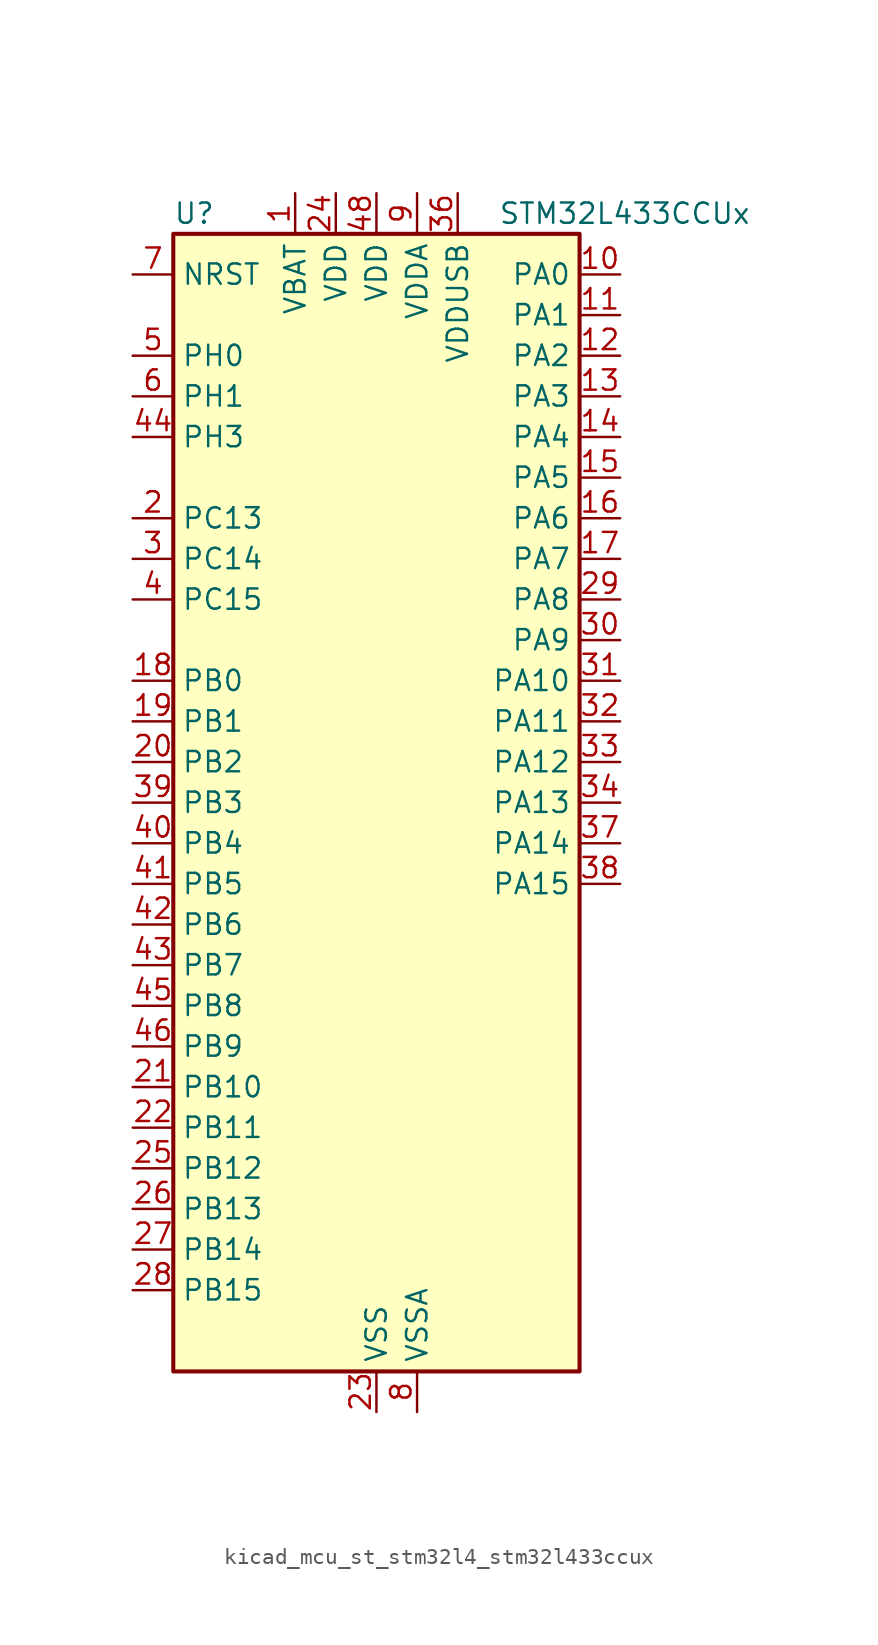
<source format=kicad_sym>
(kicad_symbol_lib
  (version 20220914)
  (generator kicad_symbol_editor)
  (symbol "kicad_mcu_st_stm32l4_stm32l433ccux"
    (property "Reference" "U"
      (at -12.7 36.83 0)
      (effects (font (size 1.27 1.27)) (justify left)))
    (property "Value" "STM32L433CCUx"
      (at 7.62 36.83 0)
      (effects (font (size 1.27 1.27)) (justify left)))
    (property "ki_locked" ""
      (at 0 0 0)
      (effects (font (size 1.27 1.27))))
    (symbol "kicad_mcu_st_stm32l4_stm32l433ccux_0_1"
      (rectangle (start -12.7 -35.56) (end 12.7 35.56) (stroke (width 0.254) (type default)) (fill (type background))))
    (symbol "kicad_mcu_st_stm32l4_stm32l433ccux_1_1"
      (pin power_in line (at -5.08 38.1 270) (length 2.54) (name "VBAT" (effects (font (size 1.27 1.27)))) (number "1" (effects (font (size 1.27 1.27)))))
      (pin bidirectional line (at 15.24 33.02 180) (length 2.54) (name "PA0" (effects (font (size 1.27 1.27)))) (number "10" (effects (font (size 1.27 1.27)))) (alternate "ADC1_IN5" bidirectional line) (alternate "COMP1_INM" bidirectional line) (alternate "COMP1_OUT" bidirectional line) (alternate "OPAMP1_VINP" bidirectional line) (alternate "RTC_TAMP2" bidirectional line) (alternate "SAI1_EXTCLK" bidirectional line) (alternate "SYS_WKUP1" bidirectional line) (alternate "TIM2_CH1" bidirectional line) (alternate "TIM2_ETR" bidirectional line) (alternate "USART2_CTS" bidirectional line))
      (pin bidirectional line (at 15.24 30.48 180) (length 2.54) (name "PA1" (effects (font (size 1.27 1.27)))) (number "11" (effects (font (size 1.27 1.27)))) (alternate "ADC1_IN6" bidirectional line) (alternate "COMP1_INP" bidirectional line) (alternate "I2C1_SMBA" bidirectional line) (alternate "LCD_SEG0" bidirectional line) (alternate "OPAMP1_VINM" bidirectional line) (alternate "SPI1_SCK" bidirectional line) (alternate "TIM15_CH1N" bidirectional line) (alternate "TIM2_CH2" bidirectional line) (alternate "USART2_DE" bidirectional line) (alternate "USART2_RTS" bidirectional line))
      (pin bidirectional line (at 15.24 27.94 180) (length 2.54) (name "PA2" (effects (font (size 1.27 1.27)))) (number "12" (effects (font (size 1.27 1.27)))) (alternate "ADC1_IN7" bidirectional line) (alternate "COMP2_INM" bidirectional line) (alternate "COMP2_OUT" bidirectional line) (alternate "LCD_SEG1" bidirectional line) (alternate "LPUART1_TX" bidirectional line) (alternate "QUADSPI_BK1_NCS" bidirectional line) (alternate "RCC_LSCO" bidirectional line) (alternate "SYS_WKUP4" bidirectional line) (alternate "TIM15_CH1" bidirectional line) (alternate "TIM2_CH3" bidirectional line) (alternate "USART2_TX" bidirectional line))
      (pin bidirectional line (at 15.24 25.4 180) (length 2.54) (name "PA3" (effects (font (size 1.27 1.27)))) (number "13" (effects (font (size 1.27 1.27)))) (alternate "ADC1_IN8" bidirectional line) (alternate "COMP2_INP" bidirectional line) (alternate "LCD_SEG2" bidirectional line) (alternate "LPUART1_RX" bidirectional line) (alternate "OPAMP1_VOUT" bidirectional line) (alternate "QUADSPI_CLK" bidirectional line) (alternate "SAI1_MCLK_A" bidirectional line) (alternate "TIM15_CH2" bidirectional line) (alternate "TIM2_CH4" bidirectional line) (alternate "USART2_RX" bidirectional line))
      (pin bidirectional line (at 15.24 22.86 180) (length 2.54) (name "PA4" (effects (font (size 1.27 1.27)))) (number "14" (effects (font (size 1.27 1.27)))) (alternate "ADC1_IN9" bidirectional line) (alternate "COMP1_INM" bidirectional line) (alternate "COMP2_INM" bidirectional line) (alternate "DAC1_OUT1" bidirectional line) (alternate "LPTIM2_OUT" bidirectional line) (alternate "SAI1_FS_B" bidirectional line) (alternate "SPI1_NSS" bidirectional line) (alternate "SPI3_NSS" bidirectional line) (alternate "USART2_CK" bidirectional line))
      (pin bidirectional line (at 15.24 20.32 180) (length 2.54) (name "PA5" (effects (font (size 1.27 1.27)))) (number "15" (effects (font (size 1.27 1.27)))) (alternate "ADC1_IN10" bidirectional line) (alternate "COMP1_INM" bidirectional line) (alternate "COMP2_INM" bidirectional line) (alternate "DAC1_OUT2" bidirectional line) (alternate "LPTIM2_ETR" bidirectional line) (alternate "SPI1_SCK" bidirectional line) (alternate "TIM2_CH1" bidirectional line) (alternate "TIM2_ETR" bidirectional line))
      (pin bidirectional line (at 15.24 17.78 180) (length 2.54) (name "PA6" (effects (font (size 1.27 1.27)))) (number "16" (effects (font (size 1.27 1.27)))) (alternate "ADC1_IN11" bidirectional line) (alternate "COMP1_OUT" bidirectional line) (alternate "LCD_SEG3" bidirectional line) (alternate "LPUART1_CTS" bidirectional line) (alternate "QUADSPI_BK1_IO3" bidirectional line) (alternate "SPI1_MISO" bidirectional line) (alternate "TIM16_CH1" bidirectional line) (alternate "TIM1_BKIN" bidirectional line) (alternate "TIM1_BKIN_COMP2" bidirectional line) (alternate "USART3_CTS" bidirectional line))
      (pin bidirectional line (at 15.24 15.24 180) (length 2.54) (name "PA7" (effects (font (size 1.27 1.27)))) (number "17" (effects (font (size 1.27 1.27)))) (alternate "ADC1_IN12" bidirectional line) (alternate "COMP2_OUT" bidirectional line) (alternate "I2C3_SCL" bidirectional line) (alternate "LCD_SEG4" bidirectional line) (alternate "QUADSPI_BK1_IO2" bidirectional line) (alternate "SPI1_MOSI" bidirectional line) (alternate "TIM1_CH1N" bidirectional line))
      (pin bidirectional line (at -15.24 7.62 0) (length 2.54) (name "PB0" (effects (font (size 1.27 1.27)))) (number "18" (effects (font (size 1.27 1.27)))) (alternate "ADC1_IN15" bidirectional line) (alternate "COMP1_OUT" bidirectional line) (alternate "LCD_SEG5" bidirectional line) (alternate "QUADSPI_BK1_IO1" bidirectional line) (alternate "SAI1_EXTCLK" bidirectional line) (alternate "SPI1_NSS" bidirectional line) (alternate "TIM1_CH2N" bidirectional line) (alternate "USART3_CK" bidirectional line))
      (pin bidirectional line (at -15.24 5.08 0) (length 2.54) (name "PB1" (effects (font (size 1.27 1.27)))) (number "19" (effects (font (size 1.27 1.27)))) (alternate "ADC1_IN16" bidirectional line) (alternate "COMP1_INM" bidirectional line) (alternate "LCD_SEG6" bidirectional line) (alternate "LPTIM2_IN1" bidirectional line) (alternate "LPUART1_DE" bidirectional line) (alternate "LPUART1_RTS" bidirectional line) (alternate "QUADSPI_BK1_IO0" bidirectional line) (alternate "TIM1_CH3N" bidirectional line) (alternate "USART3_DE" bidirectional line) (alternate "USART3_RTS" bidirectional line))
      (pin bidirectional line (at -15.24 17.78 0) (length 2.54) (name "PC13" (effects (font (size 1.27 1.27)))) (number "2" (effects (font (size 1.27 1.27)))) (alternate "RTC_OUT_ALARM" bidirectional line) (alternate "RTC_OUT_CALIB" bidirectional line) (alternate "RTC_TAMP1" bidirectional line) (alternate "RTC_TS" bidirectional line) (alternate "SYS_WKUP2" bidirectional line))
      (pin bidirectional line (at -15.24 2.54 0) (length 2.54) (name "PB2" (effects (font (size 1.27 1.27)))) (number "20" (effects (font (size 1.27 1.27)))) (alternate "COMP1_INP" bidirectional line) (alternate "I2C3_SMBA" bidirectional line) (alternate "LCD_VLCD" bidirectional line) (alternate "LPTIM1_OUT" bidirectional line) (alternate "RTC_OUT_ALARM" bidirectional line) (alternate "RTC_OUT_CALIB" bidirectional line))
      (pin bidirectional line (at -15.24 -17.78 0) (length 2.54) (name "PB10" (effects (font (size 1.27 1.27)))) (number "21" (effects (font (size 1.27 1.27)))) (alternate "COMP1_OUT" bidirectional line) (alternate "I2C2_SCL" bidirectional line) (alternate "LCD_SEG10" bidirectional line) (alternate "LPUART1_RX" bidirectional line) (alternate "QUADSPI_CLK" bidirectional line) (alternate "SAI1_SCK_A" bidirectional line) (alternate "SPI2_SCK" bidirectional line) (alternate "TIM2_CH3" bidirectional line) (alternate "TSC_SYNC" bidirectional line) (alternate "USART3_TX" bidirectional line))
      (pin bidirectional line (at -15.24 -20.32 0) (length 2.54) (name "PB11" (effects (font (size 1.27 1.27)))) (number "22" (effects (font (size 1.27 1.27)))) (alternate "ADC1_EXTI11" bidirectional line) (alternate "COMP2_OUT" bidirectional line) (alternate "I2C2_SDA" bidirectional line) (alternate "LCD_SEG11" bidirectional line) (alternate "LPUART1_TX" bidirectional line) (alternate "QUADSPI_BK1_NCS" bidirectional line) (alternate "TIM2_CH4" bidirectional line) (alternate "USART3_RX" bidirectional line))
      (pin power_in line (at 0 -38.1 90) (length 2.54) (name "VSS" (effects (font (size 1.27 1.27)))) (number "23" (effects (font (size 1.27 1.27)))))
      (pin power_in line (at -2.54 38.1 270) (length 2.54) (name "VDD" (effects (font (size 1.27 1.27)))) (number "24" (effects (font (size 1.27 1.27)))))
      (pin bidirectional line (at -15.24 -22.86 0) (length 2.54) (name "PB12" (effects (font (size 1.27 1.27)))) (number "25" (effects (font (size 1.27 1.27)))) (alternate "I2C2_SMBA" bidirectional line) (alternate "LCD_SEG12" bidirectional line) (alternate "LPUART1_DE" bidirectional line) (alternate "LPUART1_RTS" bidirectional line) (alternate "SAI1_FS_A" bidirectional line) (alternate "SPI2_NSS" bidirectional line) (alternate "SWPMI1_IO" bidirectional line) (alternate "TIM15_BKIN" bidirectional line) (alternate "TIM1_BKIN" bidirectional line) (alternate "TIM1_BKIN_COMP2" bidirectional line) (alternate "TSC_G1_IO1" bidirectional line) (alternate "USART3_CK" bidirectional line))
      (pin bidirectional line (at -15.24 -25.4 0) (length 2.54) (name "PB13" (effects (font (size 1.27 1.27)))) (number "26" (effects (font (size 1.27 1.27)))) (alternate "I2C2_SCL" bidirectional line) (alternate "LCD_SEG13" bidirectional line) (alternate "LPUART1_CTS" bidirectional line) (alternate "SAI1_SCK_A" bidirectional line) (alternate "SPI2_SCK" bidirectional line) (alternate "SWPMI1_TX" bidirectional line) (alternate "TIM15_CH1N" bidirectional line) (alternate "TIM1_CH1N" bidirectional line) (alternate "TSC_G1_IO2" bidirectional line) (alternate "USART3_CTS" bidirectional line))
      (pin bidirectional line (at -15.24 -27.94 0) (length 2.54) (name "PB14" (effects (font (size 1.27 1.27)))) (number "27" (effects (font (size 1.27 1.27)))) (alternate "I2C2_SDA" bidirectional line) (alternate "LCD_SEG14" bidirectional line) (alternate "SAI1_MCLK_A" bidirectional line) (alternate "SPI2_MISO" bidirectional line) (alternate "SWPMI1_RX" bidirectional line) (alternate "TIM15_CH1" bidirectional line) (alternate "TIM1_CH2N" bidirectional line) (alternate "TSC_G1_IO3" bidirectional line) (alternate "USART3_DE" bidirectional line) (alternate "USART3_RTS" bidirectional line))
      (pin bidirectional line (at -15.24 -30.48 0) (length 2.54) (name "PB15" (effects (font (size 1.27 1.27)))) (number "28" (effects (font (size 1.27 1.27)))) (alternate "ADC1_EXTI15" bidirectional line) (alternate "LCD_SEG15" bidirectional line) (alternate "RTC_REFIN" bidirectional line) (alternate "SAI1_SD_A" bidirectional line) (alternate "SPI2_MOSI" bidirectional line) (alternate "SWPMI1_SUSPEND" bidirectional line) (alternate "TIM15_CH2" bidirectional line) (alternate "TIM1_CH3N" bidirectional line) (alternate "TSC_G1_IO4" bidirectional line))
      (pin bidirectional line (at 15.24 12.7 180) (length 2.54) (name "PA8" (effects (font (size 1.27 1.27)))) (number "29" (effects (font (size 1.27 1.27)))) (alternate "LCD_COM0" bidirectional line) (alternate "LPTIM2_OUT" bidirectional line) (alternate "RCC_MCO" bidirectional line) (alternate "SAI1_SCK_A" bidirectional line) (alternate "SWPMI1_IO" bidirectional line) (alternate "TIM1_CH1" bidirectional line) (alternate "USART1_CK" bidirectional line))
      (pin bidirectional line (at -15.24 15.24 0) (length 2.54) (name "PC14" (effects (font (size 1.27 1.27)))) (number "3" (effects (font (size 1.27 1.27)))) (alternate "RCC_OSC32_IN" bidirectional line))
      (pin bidirectional line (at 15.24 10.16 180) (length 2.54) (name "PA9" (effects (font (size 1.27 1.27)))) (number "30" (effects (font (size 1.27 1.27)))) (alternate "DAC1_EXTI9" bidirectional line) (alternate "I2C1_SCL" bidirectional line) (alternate "LCD_COM1" bidirectional line) (alternate "SAI1_FS_A" bidirectional line) (alternate "TIM15_BKIN" bidirectional line) (alternate "TIM1_CH2" bidirectional line) (alternate "USART1_TX" bidirectional line))
      (pin bidirectional line (at 15.24 7.62 180) (length 2.54) (name "PA10" (effects (font (size 1.27 1.27)))) (number "31" (effects (font (size 1.27 1.27)))) (alternate "CRS_SYNC" bidirectional line) (alternate "I2C1_SDA" bidirectional line) (alternate "LCD_COM2" bidirectional line) (alternate "SAI1_SD_A" bidirectional line) (alternate "TIM1_CH3" bidirectional line) (alternate "USART1_RX" bidirectional line))
      (pin bidirectional line (at 15.24 5.08 180) (length 2.54) (name "PA11" (effects (font (size 1.27 1.27)))) (number "32" (effects (font (size 1.27 1.27)))) (alternate "ADC1_EXTI11" bidirectional line) (alternate "CAN1_RX" bidirectional line) (alternate "COMP1_OUT" bidirectional line) (alternate "SPI1_MISO" bidirectional line) (alternate "TIM1_BKIN2" bidirectional line) (alternate "TIM1_BKIN2_COMP1" bidirectional line) (alternate "TIM1_CH4" bidirectional line) (alternate "USART1_CTS" bidirectional line) (alternate "USB_DM" bidirectional line))
      (pin bidirectional line (at 15.24 2.54 180) (length 2.54) (name "PA12" (effects (font (size 1.27 1.27)))) (number "33" (effects (font (size 1.27 1.27)))) (alternate "CAN1_TX" bidirectional line) (alternate "SPI1_MOSI" bidirectional line) (alternate "TIM1_ETR" bidirectional line) (alternate "USART1_DE" bidirectional line) (alternate "USART1_RTS" bidirectional line) (alternate "USB_DP" bidirectional line))
      (pin bidirectional line (at 15.24 0 180) (length 2.54) (name "PA13" (effects (font (size 1.27 1.27)))) (number "34" (effects (font (size 1.27 1.27)))) (alternate "IR_OUT" bidirectional line) (alternate "SAI1_SD_B" bidirectional line) (alternate "SWPMI1_TX" bidirectional line) (alternate "SYS_JTMS-SWDIO" bidirectional line) (alternate "USB_NOE" bidirectional line))
      (pin passive line (at 0 -38.1 90) (length 2.54) hide (name "VSS" (effects (font (size 1.27 1.27)))) (number "35" (effects (font (size 1.27 1.27)))))
      (pin power_in line (at 5.08 38.1 270) (length 2.54) (name "VDDUSB" (effects (font (size 1.27 1.27)))) (number "36" (effects (font (size 1.27 1.27)))))
      (pin bidirectional line (at 15.24 -2.54 180) (length 2.54) (name "PA14" (effects (font (size 1.27 1.27)))) (number "37" (effects (font (size 1.27 1.27)))) (alternate "I2C1_SMBA" bidirectional line) (alternate "LPTIM1_OUT" bidirectional line) (alternate "SAI1_FS_B" bidirectional line) (alternate "SWPMI1_RX" bidirectional line) (alternate "SYS_JTCK-SWCLK" bidirectional line))
      (pin bidirectional line (at 15.24 -5.08 180) (length 2.54) (name "PA15" (effects (font (size 1.27 1.27)))) (number "38" (effects (font (size 1.27 1.27)))) (alternate "ADC1_EXTI15" bidirectional line) (alternate "LCD_SEG17" bidirectional line) (alternate "SPI1_NSS" bidirectional line) (alternate "SPI3_NSS" bidirectional line) (alternate "SWPMI1_SUSPEND" bidirectional line) (alternate "SYS_JTDI" bidirectional line) (alternate "TIM2_CH1" bidirectional line) (alternate "TIM2_ETR" bidirectional line) (alternate "USART2_RX" bidirectional line) (alternate "USART3_DE" bidirectional line) (alternate "USART3_RTS" bidirectional line))
      (pin bidirectional line (at -15.24 0 0) (length 2.54) (name "PB3" (effects (font (size 1.27 1.27)))) (number "39" (effects (font (size 1.27 1.27)))) (alternate "COMP2_INM" bidirectional line) (alternate "LCD_SEG7" bidirectional line) (alternate "SAI1_SCK_B" bidirectional line) (alternate "SPI1_SCK" bidirectional line) (alternate "SPI3_SCK" bidirectional line) (alternate "SYS_JTDO-SWO" bidirectional line) (alternate "TIM2_CH2" bidirectional line) (alternate "USART1_DE" bidirectional line) (alternate "USART1_RTS" bidirectional line))
      (pin bidirectional line (at -15.24 12.7 0) (length 2.54) (name "PC15" (effects (font (size 1.27 1.27)))) (number "4" (effects (font (size 1.27 1.27)))) (alternate "ADC1_EXTI15" bidirectional line) (alternate "RCC_OSC32_OUT" bidirectional line))
      (pin bidirectional line (at -15.24 -2.54 0) (length 2.54) (name "PB4" (effects (font (size 1.27 1.27)))) (number "40" (effects (font (size 1.27 1.27)))) (alternate "COMP2_INP" bidirectional line) (alternate "I2C3_SDA" bidirectional line) (alternate "LCD_SEG8" bidirectional line) (alternate "SAI1_MCLK_B" bidirectional line) (alternate "SPI1_MISO" bidirectional line) (alternate "SPI3_MISO" bidirectional line) (alternate "SYS_JTRST" bidirectional line) (alternate "TSC_G2_IO1" bidirectional line) (alternate "USART1_CTS" bidirectional line))
      (pin bidirectional line (at -15.24 -5.08 0) (length 2.54) (name "PB5" (effects (font (size 1.27 1.27)))) (number "41" (effects (font (size 1.27 1.27)))) (alternate "COMP2_OUT" bidirectional line) (alternate "I2C1_SMBA" bidirectional line) (alternate "LCD_SEG9" bidirectional line) (alternate "LPTIM1_IN1" bidirectional line) (alternate "SAI1_SD_B" bidirectional line) (alternate "SPI1_MOSI" bidirectional line) (alternate "SPI3_MOSI" bidirectional line) (alternate "TIM16_BKIN" bidirectional line) (alternate "TSC_G2_IO2" bidirectional line) (alternate "USART1_CK" bidirectional line))
      (pin bidirectional line (at -15.24 -7.62 0) (length 2.54) (name "PB6" (effects (font (size 1.27 1.27)))) (number "42" (effects (font (size 1.27 1.27)))) (alternate "COMP2_INP" bidirectional line) (alternate "I2C1_SCL" bidirectional line) (alternate "LPTIM1_ETR" bidirectional line) (alternate "SAI1_FS_B" bidirectional line) (alternate "TIM16_CH1N" bidirectional line) (alternate "TSC_G2_IO3" bidirectional line) (alternate "USART1_TX" bidirectional line))
      (pin bidirectional line (at -15.24 -10.16 0) (length 2.54) (name "PB7" (effects (font (size 1.27 1.27)))) (number "43" (effects (font (size 1.27 1.27)))) (alternate "COMP2_INM" bidirectional line) (alternate "I2C1_SDA" bidirectional line) (alternate "LCD_SEG21" bidirectional line) (alternate "LPTIM1_IN2" bidirectional line) (alternate "SYS_PVD_IN" bidirectional line) (alternate "TSC_G2_IO4" bidirectional line) (alternate "USART1_RX" bidirectional line))
      (pin bidirectional line (at -15.24 22.86 0) (length 2.54) (name "PH3" (effects (font (size 1.27 1.27)))) (number "44" (effects (font (size 1.27 1.27)))))
      (pin bidirectional line (at -15.24 -12.7 0) (length 2.54) (name "PB8" (effects (font (size 1.27 1.27)))) (number "45" (effects (font (size 1.27 1.27)))) (alternate "CAN1_RX" bidirectional line) (alternate "I2C1_SCL" bidirectional line) (alternate "LCD_SEG16" bidirectional line) (alternate "SAI1_MCLK_A" bidirectional line) (alternate "TIM16_CH1" bidirectional line))
      (pin bidirectional line (at -15.24 -15.24 0) (length 2.54) (name "PB9" (effects (font (size 1.27 1.27)))) (number "46" (effects (font (size 1.27 1.27)))) (alternate "CAN1_TX" bidirectional line) (alternate "DAC1_EXTI9" bidirectional line) (alternate "I2C1_SDA" bidirectional line) (alternate "IR_OUT" bidirectional line) (alternate "LCD_COM3" bidirectional line) (alternate "SAI1_FS_A" bidirectional line) (alternate "SPI2_NSS" bidirectional line))
      (pin passive line (at 0 -38.1 90) (length 2.54) hide (name "VSS" (effects (font (size 1.27 1.27)))) (number "47" (effects (font (size 1.27 1.27)))))
      (pin power_in line (at 0 38.1 270) (length 2.54) (name "VDD" (effects (font (size 1.27 1.27)))) (number "48" (effects (font (size 1.27 1.27)))))
      (pin passive line (at 0 -38.1 90) (length 2.54) hide (name "VSS" (effects (font (size 1.27 1.27)))) (number "49" (effects (font (size 1.27 1.27)))))
      (pin bidirectional line (at -15.24 27.94 0) (length 2.54) (name "PH0" (effects (font (size 1.27 1.27)))) (number "5" (effects (font (size 1.27 1.27)))) (alternate "RCC_OSC_IN" bidirectional line))
      (pin bidirectional line (at -15.24 25.4 0) (length 2.54) (name "PH1" (effects (font (size 1.27 1.27)))) (number "6" (effects (font (size 1.27 1.27)))) (alternate "RCC_OSC_OUT" bidirectional line))
      (pin input line (at -15.24 33.02 0) (length 2.54) (name "NRST" (effects (font (size 1.27 1.27)))) (number "7" (effects (font (size 1.27 1.27)))))
      (pin power_in line (at 2.54 -38.1 90) (length 2.54) (name "VSSA" (effects (font (size 1.27 1.27)))) (number "8" (effects (font (size 1.27 1.27)))))
      (pin power_in line (at 2.54 38.1 270) (length 2.54) (name "VDDA" (effects (font (size 1.27 1.27)))) (number "9" (effects (font (size 1.27 1.27))))))))
</source>
